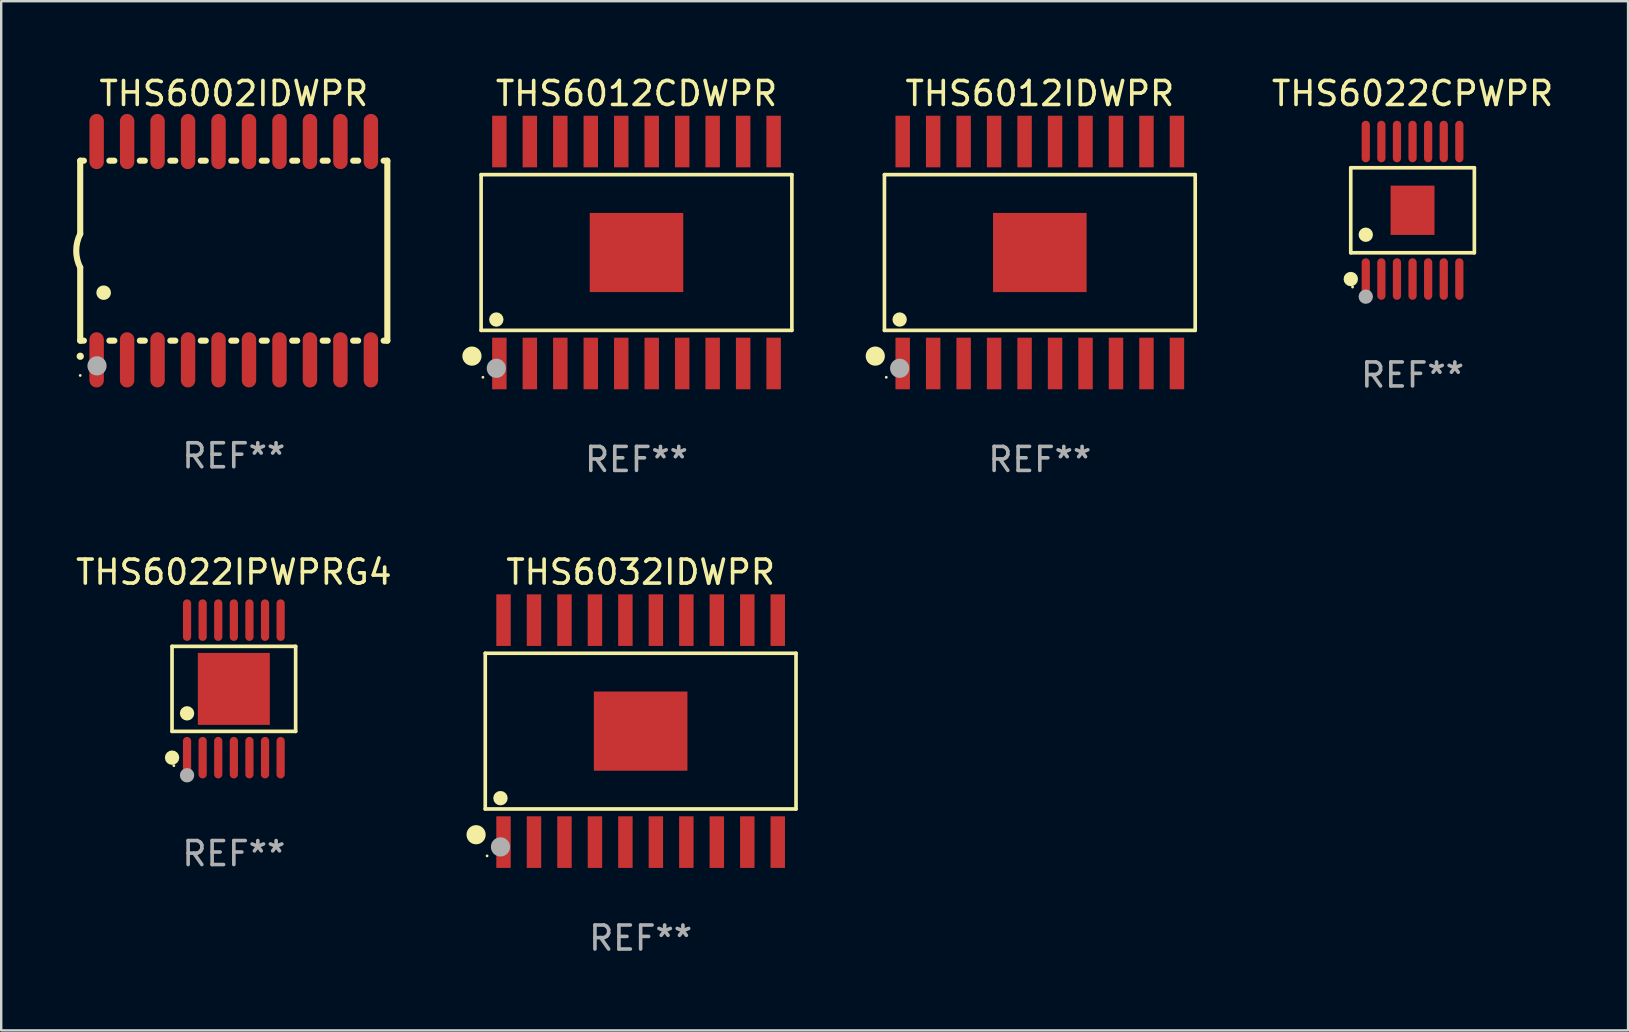
<source format=kicad_pcb>
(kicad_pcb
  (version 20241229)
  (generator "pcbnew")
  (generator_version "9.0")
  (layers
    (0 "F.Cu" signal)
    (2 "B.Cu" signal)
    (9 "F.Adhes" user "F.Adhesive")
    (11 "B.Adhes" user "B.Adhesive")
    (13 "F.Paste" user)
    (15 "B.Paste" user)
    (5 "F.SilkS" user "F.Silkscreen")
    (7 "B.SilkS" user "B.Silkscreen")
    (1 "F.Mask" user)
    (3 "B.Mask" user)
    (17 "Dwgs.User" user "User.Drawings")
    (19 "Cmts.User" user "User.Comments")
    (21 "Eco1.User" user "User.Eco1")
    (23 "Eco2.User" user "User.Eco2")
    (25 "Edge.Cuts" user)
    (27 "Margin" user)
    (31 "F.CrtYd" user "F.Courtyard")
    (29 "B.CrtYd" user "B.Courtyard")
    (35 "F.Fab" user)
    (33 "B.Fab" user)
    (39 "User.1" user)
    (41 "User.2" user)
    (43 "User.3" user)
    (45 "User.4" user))
  (footprint "THS6022CPWPR"
    (layer "F.Cu")
    (at 55.823 5.714)
    (property "Reference" "THS6022CPWPR" (at 0 -4.866 0) (layer "F.SilkS") (effects (font (size 1 1) (thickness 0.15))))
    (attr through_hole)
    (fp_line (start -2.576 -1.772) (end 2.576 -1.772) (stroke (width 0.152) (type solid)) (layer "F.SilkS"))
    (fp_line (start -2.576 1.771) (end -2.576 -1.772) (stroke (width 0.152) (type solid)) (layer "F.SilkS"))
    (fp_line (start 2.576 -1.772) (end 2.576 1.771) (stroke (width 0.152) (type solid)) (layer "F.SilkS"))
    (fp_line (start 2.576 1.771) (end -2.576 1.771) (stroke (width 0.152) (type solid)) (layer "F.SilkS"))
    (fp_circle (center -2.574 2.866) (end -2.424 2.866) (stroke (width 0.3) (type solid)) (fill no) (layer "F.SilkS"))
    (fp_circle (center -2.5 3.2) (end -2.47 3.2) (stroke (width 0.06) (type solid)) (fill no) (layer "F.SilkS"))
    (fp_circle (center -1.95 1.019) (end -1.8 1.019) (stroke (width 0.3) (type solid)) (fill no) (layer "F.SilkS"))
    (fp_circle (center -1.95 3.6) (end -1.8 3.6) (stroke (width 0.3) (type solid)) (fill no) (layer "F.Fab"))
    (fp_text user "REF**" (at 0 6.866 0) (layer "F.Fab") (effects (font (size 1 1) (thickness 0.15))))
    (pad "1" smd oval (at -1.95 2.866) (size 0.343 1.731) (layers "F.Cu" "F.Mask" "F.Paste"))
    (pad "2" smd oval (at -1.3 2.866) (size 0.343 1.731) (layers "F.Cu" "F.Mask" "F.Paste"))
    (pad "3" smd oval (at -0.65 2.866) (size 0.343 1.731) (layers "F.Cu" "F.Mask" "F.Paste"))
    (pad "4" smd oval (at 0 2.866) (size 0.343 1.731) (layers "F.Cu" "F.Mask" "F.Paste"))
    (pad "5" smd oval (at 0.65 2.866) (size 0.343 1.731) (layers "F.Cu" "F.Mask" "F.Paste"))
    (pad "6" smd oval (at 1.3 2.866) (size 0.343 1.731) (layers "F.Cu" "F.Mask" "F.Paste"))
    (pad "7" smd oval (at 1.95 2.866) (size 0.343 1.731) (layers "F.Cu" "F.Mask" "F.Paste"))
    (pad "8" smd oval (at 1.95 -2.866) (size 0.343 1.731) (layers "F.Cu" "F.Mask" "F.Paste"))
    (pad "9" smd oval (at 1.3 -2.866) (size 0.343 1.731) (layers "F.Cu" "F.Mask" "F.Paste"))
    (pad "10" smd oval (at 0.65 -2.866) (size 0.343 1.731) (layers "F.Cu" "F.Mask" "F.Paste"))
    (pad "11" smd oval (at 0 -2.866) (size 0.343 1.731) (layers "F.Cu" "F.Mask" "F.Paste"))
    (pad "12" smd oval (at -0.65 -2.866) (size 0.343 1.731) (layers "F.Cu" "F.Mask" "F.Paste"))
    (pad "13" smd oval (at -1.3 -2.866) (size 0.343 1.731) (layers "F.Cu" "F.Mask" "F.Paste"))
    (pad "14" smd oval (at -1.95 -2.866) (size 0.343 1.731) (layers "F.Cu" "F.Mask" "F.Paste"))
    (pad "15" smd rect (at 0 -0.000127) (size 1.83 2.055) (layers "F.Cu" "F.Mask" "F.Paste")))
  (footprint "THS6032IDWPR"
    (layer "F.Cu")
    (at 23.651 27.422)
    (property "Reference" "THS6032IDWPR" (at 0 -6.626 0) (layer "F.SilkS") (effects (font (size 1 1) (thickness 0.15))))
    (attr through_hole)
    (fp_line (start -6.476 -3.245) (end 6.476 -3.245) (stroke (width 0.152) (type solid)) (layer "F.SilkS"))
    (fp_line (start -6.476 3.245) (end -6.476 -3.245) (stroke (width 0.152) (type solid)) (layer "F.SilkS"))
    (fp_line (start 6.476 -3.245) (end 6.476 3.245) (stroke (width 0.152) (type solid)) (layer "F.SilkS"))
    (fp_line (start 6.476 3.245) (end -6.476 3.245) (stroke (width 0.152) (type solid)) (layer "F.SilkS"))
    (fp_circle (center -6.858 4.318) (end -6.658 4.318) (stroke (width 0.4) (type solid)) (fill no) (layer "F.SilkS"))
    (fp_circle (center -6.4 5.2) (end -6.37 5.2) (stroke (width 0.06) (type solid)) (fill no) (layer "F.SilkS"))
    (fp_circle (center -5.842 2.794) (end -5.692 2.794) (stroke (width 0.3) (type solid)) (fill no) (layer "F.SilkS"))
    (fp_circle (center -5.842 4.826) (end -5.642 4.826) (stroke (width 0.4) (type solid)) (fill no) (layer "F.Fab"))
    (fp_text user "REF**" (at 0 8.626 0) (layer "F.Fab") (effects (font (size 1 1) (thickness 0.15))))
    (pad "1" smd rect (at -5.715 4.626) (size 0.602 2.151) (layers "F.Cu" "F.Mask" "F.Paste"))
    (pad "2" smd rect (at -4.445 4.626) (size 0.602 2.151) (layers "F.Cu" "F.Mask" "F.Paste"))
    (pad "3" smd rect (at -3.175 4.626) (size 0.602 2.151) (layers "F.Cu" "F.Mask" "F.Paste"))
    (pad "4" smd rect (at -1.905 4.626) (size 0.602 2.151) (layers "F.Cu" "F.Mask" "F.Paste"))
    (pad "5" smd rect (at -0.635 4.626) (size 0.602 2.151) (layers "F.Cu" "F.Mask" "F.Paste"))
    (pad "6" smd rect (at 0.635 4.626) (size 0.602 2.151) (layers "F.Cu" "F.Mask" "F.Paste"))
    (pad "7" smd rect (at 1.905 4.626) (size 0.602 2.151) (layers "F.Cu" "F.Mask" "F.Paste"))
    (pad "8" smd rect (at 3.175 4.626) (size 0.602 2.151) (layers "F.Cu" "F.Mask" "F.Paste"))
    (pad "9" smd rect (at 4.445 4.626) (size 0.602 2.151) (layers "F.Cu" "F.Mask" "F.Paste"))
    (pad "10" smd rect (at 5.715 4.626) (size 0.602 2.151) (layers "F.Cu" "F.Mask" "F.Paste"))
    (pad "11" smd rect (at 5.715 -4.626) (size 0.602 2.151) (layers "F.Cu" "F.Mask" "F.Paste"))
    (pad "12" smd rect (at 4.445 -4.626) (size 0.602 2.151) (layers "F.Cu" "F.Mask" "F.Paste"))
    (pad "13" smd rect (at 3.175 -4.626) (size 0.602 2.151) (layers "F.Cu" "F.Mask" "F.Paste"))
    (pad "14" smd rect (at 1.905 -4.626) (size 0.602 2.151) (layers "F.Cu" "F.Mask" "F.Paste"))
    (pad "15" smd rect (at 0.635 -4.626) (size 0.602 2.151) (layers "F.Cu" "F.Mask" "F.Paste"))
    (pad "16" smd rect (at -0.635 -4.626) (size 0.602 2.151) (layers "F.Cu" "F.Mask" "F.Paste"))
    (pad "17" smd rect (at -1.905 -4.626) (size 0.602 2.151) (layers "F.Cu" "F.Mask" "F.Paste"))
    (pad "18" smd rect (at -3.175 -4.626) (size 0.602 2.151) (layers "F.Cu" "F.Mask" "F.Paste"))
    (pad "19" smd rect (at -4.445 -4.626) (size 0.602 2.151) (layers "F.Cu" "F.Mask" "F.Paste"))
    (pad "20" smd rect (at -5.715 -4.626) (size 0.602 2.151) (layers "F.Cu" "F.Mask" "F.Paste"))
    (pad "21" smd rect (at 0 0 90) (size 3.3 3.9) (layers "F.Cu" "F.Mask" "F.Paste")))
  (footprint "THS6022IPWPRG4"
    (layer "F.Cu")
    (at 6.696 25.662)
    (property "Reference" "THS6022IPWPRG4" (at 0 -4.866 0) (layer "F.SilkS") (effects (font (size 1 1) (thickness 0.15))))
    (attr through_hole)
    (fp_line (start -2.576 -1.772) (end 2.576 -1.772) (stroke (width 0.152) (type solid)) (layer "F.SilkS"))
    (fp_line (start -2.576 1.771) (end -2.576 -1.772) (stroke (width 0.152) (type solid)) (layer "F.SilkS"))
    (fp_line (start 2.576 -1.772) (end 2.576 1.771) (stroke (width 0.152) (type solid)) (layer "F.SilkS"))
    (fp_line (start 2.576 1.771) (end -2.576 1.771) (stroke (width 0.152) (type solid)) (layer "F.SilkS"))
    (fp_circle (center -2.574 2.866) (end -2.424 2.866) (stroke (width 0.3) (type solid)) (fill no) (layer "F.SilkS"))
    (fp_circle (center -2.5 3.2) (end -2.47 3.2) (stroke (width 0.06) (type solid)) (fill no) (layer "F.SilkS"))
    (fp_circle (center -1.95 1.019) (end -1.8 1.019) (stroke (width 0.3) (type solid)) (fill no) (layer "F.SilkS"))
    (fp_circle (center -1.95 3.6) (end -1.8 3.6) (stroke (width 0.3) (type solid)) (fill no) (layer "F.Fab"))
    (fp_text user "REF**" (at 0 6.866 0) (layer "F.Fab") (effects (font (size 1 1) (thickness 0.15))))
    (pad "1" smd oval (at -1.95 2.866) (size 0.343 1.731) (layers "F.Cu" "F.Mask" "F.Paste"))
    (pad "2" smd oval (at -1.3 2.866) (size 0.343 1.731) (layers "F.Cu" "F.Mask" "F.Paste"))
    (pad "3" smd oval (at -0.65 2.866) (size 0.343 1.731) (layers "F.Cu" "F.Mask" "F.Paste"))
    (pad "4" smd oval (at 0 2.866) (size 0.343 1.731) (layers "F.Cu" "F.Mask" "F.Paste"))
    (pad "5" smd oval (at 0.65 2.866) (size 0.343 1.731) (layers "F.Cu" "F.Mask" "F.Paste"))
    (pad "6" smd oval (at 1.3 2.866) (size 0.343 1.731) (layers "F.Cu" "F.Mask" "F.Paste"))
    (pad "7" smd oval (at 1.95 2.866) (size 0.343 1.731) (layers "F.Cu" "F.Mask" "F.Paste"))
    (pad "8" smd oval (at 1.95 -2.866) (size 0.343 1.731) (layers "F.Cu" "F.Mask" "F.Paste"))
    (pad "9" smd oval (at 1.3 -2.866) (size 0.343 1.731) (layers "F.Cu" "F.Mask" "F.Paste"))
    (pad "10" smd oval (at 0.65 -2.866) (size 0.343 1.731) (layers "F.Cu" "F.Mask" "F.Paste"))
    (pad "11" smd oval (at 0 -2.866) (size 0.343 1.731) (layers "F.Cu" "F.Mask" "F.Paste"))
    (pad "12" smd oval (at -0.65 -2.866) (size 0.343 1.731) (layers "F.Cu" "F.Mask" "F.Paste"))
    (pad "13" smd oval (at -1.3 -2.866) (size 0.343 1.731) (layers "F.Cu" "F.Mask" "F.Paste"))
    (pad "14" smd oval (at -1.95 -2.866) (size 0.343 1.731) (layers "F.Cu" "F.Mask" "F.Paste"))
    (pad "15" smd rect (at 0 -0.000127) (size 3 3) (layers "F.Cu" "F.Mask" "F.Paste")))
  (footprint "THS6012IDWPR"
    (layer "F.Cu")
    (at 40.288 7.474)
    (property "Reference" "THS6012IDWPR" (at 0 -6.626 0) (layer "F.SilkS") (effects (font (size 1 1) (thickness 0.15))))
    (attr through_hole)
    (fp_line (start -6.476 -3.245) (end 6.476 -3.245) (stroke (width 0.152) (type solid)) (layer "F.SilkS"))
    (fp_line (start -6.476 3.245) (end -6.476 -3.245) (stroke (width 0.152) (type solid)) (layer "F.SilkS"))
    (fp_line (start 6.476 -3.245) (end 6.476 3.245) (stroke (width 0.152) (type solid)) (layer "F.SilkS"))
    (fp_line (start 6.476 3.245) (end -6.476 3.245) (stroke (width 0.152) (type solid)) (layer "F.SilkS"))
    (fp_circle (center -6.858 4.318) (end -6.658 4.318) (stroke (width 0.4) (type solid)) (fill no) (layer "F.SilkS"))
    (fp_circle (center -6.4 5.2) (end -6.37 5.2) (stroke (width 0.06) (type solid)) (fill no) (layer "F.SilkS"))
    (fp_circle (center -5.842 2.794) (end -5.692 2.794) (stroke (width 0.3) (type solid)) (fill no) (layer "F.SilkS"))
    (fp_circle (center -5.842 4.826) (end -5.642 4.826) (stroke (width 0.4) (type solid)) (fill no) (layer "F.Fab"))
    (fp_text user "REF**" (at 0 8.626 0) (layer "F.Fab") (effects (font (size 1 1) (thickness 0.15))))
    (pad "1" smd rect (at -5.715 4.626) (size 0.602 2.151) (layers "F.Cu" "F.Mask" "F.Paste"))
    (pad "2" smd rect (at -4.445 4.626) (size 0.602 2.151) (layers "F.Cu" "F.Mask" "F.Paste"))
    (pad "3" smd rect (at -3.175 4.626) (size 0.602 2.151) (layers "F.Cu" "F.Mask" "F.Paste"))
    (pad "4" smd rect (at -1.905 4.626) (size 0.602 2.151) (layers "F.Cu" "F.Mask" "F.Paste"))
    (pad "5" smd rect (at -0.635 4.626) (size 0.602 2.151) (layers "F.Cu" "F.Mask" "F.Paste"))
    (pad "6" smd rect (at 0.635 4.626) (size 0.602 2.151) (layers "F.Cu" "F.Mask" "F.Paste"))
    (pad "7" smd rect (at 1.905 4.626) (size 0.602 2.151) (layers "F.Cu" "F.Mask" "F.Paste"))
    (pad "8" smd rect (at 3.175 4.626) (size 0.602 2.151) (layers "F.Cu" "F.Mask" "F.Paste"))
    (pad "9" smd rect (at 4.445 4.626) (size 0.602 2.151) (layers "F.Cu" "F.Mask" "F.Paste"))
    (pad "10" smd rect (at 5.715 4.626) (size 0.602 2.151) (layers "F.Cu" "F.Mask" "F.Paste"))
    (pad "11" smd rect (at 5.715 -4.626) (size 0.602 2.151) (layers "F.Cu" "F.Mask" "F.Paste"))
    (pad "12" smd rect (at 4.445 -4.626) (size 0.602 2.151) (layers "F.Cu" "F.Mask" "F.Paste"))
    (pad "13" smd rect (at 3.175 -4.626) (size 0.602 2.151) (layers "F.Cu" "F.Mask" "F.Paste"))
    (pad "14" smd rect (at 1.905 -4.626) (size 0.602 2.151) (layers "F.Cu" "F.Mask" "F.Paste"))
    (pad "15" smd rect (at 0.635 -4.626) (size 0.602 2.151) (layers "F.Cu" "F.Mask" "F.Paste"))
    (pad "16" smd rect (at -0.635 -4.626) (size 0.602 2.151) (layers "F.Cu" "F.Mask" "F.Paste"))
    (pad "17" smd rect (at -1.905 -4.626) (size 0.602 2.151) (layers "F.Cu" "F.Mask" "F.Paste"))
    (pad "18" smd rect (at -3.175 -4.626) (size 0.602 2.151) (layers "F.Cu" "F.Mask" "F.Paste"))
    (pad "19" smd rect (at -4.445 -4.626) (size 0.602 2.151) (layers "F.Cu" "F.Mask" "F.Paste"))
    (pad "20" smd rect (at -5.715 -4.626) (size 0.602 2.151) (layers "F.Cu" "F.Mask" "F.Paste"))
    (pad "21" smd rect (at 0 0 90) (size 3.3 3.9) (layers "F.Cu" "F.Mask" "F.Paste")))
  (footprint "THS6002IDWPR"
    (layer "F.Cu")
    (at 6.693 7.398)
    (property "Reference" "THS6002IDWPR" (at 0 -6.55 0) (layer "F.SilkS") (effects (font (size 1 1) (thickness 0.15))))
    (attr through_hole)
    (fp_line (start -6.4 -3.75) (end -6.4 -0.7) (stroke (width 0.254) (type solid)) (layer "F.SilkS"))
    (fp_line (start -6.4 -3.75) (end -6.246 -3.75) (stroke (width 0.254) (type solid)) (layer "F.SilkS"))
    (fp_line (start -6.4 3.75) (end -6.4 0.7) (stroke (width 0.254) (type solid)) (layer "F.SilkS"))
    (fp_line (start -6.246 3.75) (end -6.4 3.75) (stroke (width 0.254) (type solid)) (layer "F.SilkS"))
    (fp_line (start -5.184 -3.75) (end -4.976 -3.75) (stroke (width 0.254) (type solid)) (layer "F.SilkS"))
    (fp_line (start -4.976 3.75) (end -5.184 3.75) (stroke (width 0.254) (type solid)) (layer "F.SilkS"))
    (fp_line (start -3.914 -3.75) (end -3.706 -3.75) (stroke (width 0.254) (type solid)) (layer "F.SilkS"))
    (fp_line (start -3.706 3.75) (end -3.914 3.75) (stroke (width 0.254) (type solid)) (layer "F.SilkS"))
    (fp_line (start -2.644 -3.75) (end -2.436 -3.75) (stroke (width 0.254) (type solid)) (layer "F.SilkS"))
    (fp_line (start -2.436 3.75) (end -2.644 3.75) (stroke (width 0.254) (type solid)) (layer "F.SilkS"))
    (fp_line (start -1.374 -3.75) (end -1.166 -3.75) (stroke (width 0.254) (type solid)) (layer "F.SilkS"))
    (fp_line (start -1.166 3.75) (end -1.374 3.75) (stroke (width 0.254) (type solid)) (layer "F.SilkS"))
    (fp_line (start -0.104 -3.75) (end 0.104 -3.75) (stroke (width 0.254) (type solid)) (layer "F.SilkS"))
    (fp_line (start 0.104 3.75) (end -0.104 3.75) (stroke (width 0.254) (type solid)) (layer "F.SilkS"))
    (fp_line (start 1.166 -3.75) (end 1.374 -3.75) (stroke (width 0.254) (type solid)) (layer "F.SilkS"))
    (fp_line (start 1.374 3.75) (end 1.166 3.75) (stroke (width 0.254) (type solid)) (layer "F.SilkS"))
    (fp_line (start 2.436 -3.75) (end 2.644 -3.75) (stroke (width 0.254) (type solid)) (layer "F.SilkS"))
    (fp_line (start 2.644 3.75) (end 2.436 3.75) (stroke (width 0.254) (type solid)) (layer "F.SilkS"))
    (fp_line (start 3.706 -3.75) (end 3.914 -3.75) (stroke (width 0.254) (type solid)) (layer "F.SilkS"))
    (fp_line (start 3.914 3.75) (end 3.706 3.75) (stroke (width 0.254) (type solid)) (layer "F.SilkS"))
    (fp_line (start 4.976 -3.75) (end 5.184 -3.75) (stroke (width 0.254) (type solid)) (layer "F.SilkS"))
    (fp_line (start 5.184 3.75) (end 4.976 3.75) (stroke (width 0.254) (type solid)) (layer "F.SilkS"))
    (fp_line (start 6.246 -3.75) (end 6.4 -3.75) (stroke (width 0.254) (type solid)) (layer "F.SilkS"))
    (fp_line (start 6.4 -3.75) (end 6.4 3.75) (stroke (width 0.254) (type solid)) (layer "F.SilkS"))
    (fp_line (start 6.4 3.75) (end 6.246 3.75) (stroke (width 0.254) (type solid)) (layer "F.SilkS"))
    (fp_arc (start -6.400812 0.701041) (mid -6.565912 0.000428) (end -6.400025 -0.7) (stroke (width 0.254001) (type solid)) (layer "F.SilkS"))
    (fp_arc (start -6.400025 4.4) (mid -6.398755 4.399995) (end -6.397485 4.4) (stroke (width 0.3) (type solid)) (layer "F.SilkS"))
    (fp_arc (start -5.425451 1.750064) (mid -5.422911 1.750053) (end -5.420371 1.750064) (stroke (width 0.6) (type solid)) (layer "F.SilkS"))
    (fp_circle (center -6.4 5.2) (end -6.37 5.2) (stroke (width 0.06) (type solid)) (fill no) (layer "F.SilkS"))
    (fp_circle (center -5.7 4.8) (end -5.5 4.8) (stroke (width 0.4) (type solid)) (fill no) (layer "F.Fab"))
    (fp_text user "REF**" (at 0 8.55 0) (layer "F.Fab") (effects (font (size 1 1) (thickness 0.15))))
    (pad "1" smd oval (at -5.715 4.55 180) (size 0.6 2.3) (layers "F.Cu" "F.Mask" "F.Paste"))
    (pad "2" smd oval (at -4.445 4.55 180) (size 0.6 2.3) (layers "F.Cu" "F.Mask" "F.Paste"))
    (pad "3" smd oval (at -3.175 4.55 180) (size 0.6 2.3) (layers "F.Cu" "F.Mask" "F.Paste"))
    (pad "4" smd oval (at -1.905 4.55 180) (size 0.6 2.3) (layers "F.Cu" "F.Mask" "F.Paste"))
    (pad "5" smd oval (at -0.635 4.55 180) (size 0.6 2.3) (layers "F.Cu" "F.Mask" "F.Paste"))
    (pad "6" smd oval (at 0.635 4.55 180) (size 0.6 2.3) (layers "F.Cu" "F.Mask" "F.Paste"))
    (pad "7" smd oval (at 1.905 4.55 180) (size 0.6 2.3) (layers "F.Cu" "F.Mask" "F.Paste"))
    (pad "8" smd oval (at 3.175 4.55 180) (size 0.6 2.3) (layers "F.Cu" "F.Mask" "F.Paste"))
    (pad "9" smd oval (at 4.445 4.55 180) (size 0.6 2.3) (layers "F.Cu" "F.Mask" "F.Paste"))
    (pad "10" smd oval (at 5.715 4.55 180) (size 0.6 2.3) (layers "F.Cu" "F.Mask" "F.Paste"))
    (pad "11" smd oval (at 5.715 -4.55 180) (size 0.6 2.3) (layers "F.Cu" "F.Mask" "F.Paste"))
    (pad "12" smd oval (at 4.445 -4.55 180) (size 0.6 2.3) (layers "F.Cu" "F.Mask" "F.Paste"))
    (pad "13" smd oval (at 3.175 -4.55 180) (size 0.6 2.3) (layers "F.Cu" "F.Mask" "F.Paste"))
    (pad "14" smd oval (at 1.905 -4.55 180) (size 0.6 2.3) (layers "F.Cu" "F.Mask" "F.Paste"))
    (pad "15" smd oval (at 0.635 -4.55 180) (size 0.6 2.3) (layers "F.Cu" "F.Mask" "F.Paste"))
    (pad "16" smd oval (at -0.635 -4.55 180) (size 0.6 2.3) (layers "F.Cu" "F.Mask" "F.Paste"))
    (pad "17" smd oval (at -1.905 -4.55 180) (size 0.6 2.3) (layers "F.Cu" "F.Mask" "F.Paste"))
    (pad "18" smd oval (at -3.175 -4.55 180) (size 0.6 2.3) (layers "F.Cu" "F.Mask" "F.Paste"))
    (pad "19" smd oval (at -4.445 -4.55 180) (size 0.6 2.3) (layers "F.Cu" "F.Mask" "F.Paste"))
    (pad "20" smd oval (at -5.715 -4.55 180) (size 0.6 2.3) (layers "F.Cu" "F.Mask" "F.Paste")))
  (footprint "THS6012CDWPR"
    (layer "F.Cu")
    (at 23.478 7.474)
    (property "Reference" "THS6012CDWPR" (at 0 -6.626 0) (layer "F.SilkS") (effects (font (size 1 1) (thickness 0.15))))
    (attr through_hole)
    (fp_line (start -6.476 -3.245) (end 6.476 -3.245) (stroke (width 0.152) (type solid)) (layer "F.SilkS"))
    (fp_line (start -6.476 3.245) (end -6.476 -3.245) (stroke (width 0.152) (type solid)) (layer "F.SilkS"))
    (fp_line (start 6.476 -3.245) (end 6.476 3.245) (stroke (width 0.152) (type solid)) (layer "F.SilkS"))
    (fp_line (start 6.476 3.245) (end -6.476 3.245) (stroke (width 0.152) (type solid)) (layer "F.SilkS"))
    (fp_circle (center -6.858 4.318) (end -6.658 4.318) (stroke (width 0.4) (type solid)) (fill no) (layer "F.SilkS"))
    (fp_circle (center -6.4 5.2) (end -6.37 5.2) (stroke (width 0.06) (type solid)) (fill no) (layer "F.SilkS"))
    (fp_circle (center -5.842 2.794) (end -5.692 2.794) (stroke (width 0.3) (type solid)) (fill no) (layer "F.SilkS"))
    (fp_circle (center -5.842 4.826) (end -5.642 4.826) (stroke (width 0.4) (type solid)) (fill no) (layer "F.Fab"))
    (fp_text user "REF**" (at 0 8.626 0) (layer "F.Fab") (effects (font (size 1 1) (thickness 0.15))))
    (pad "1" smd rect (at -5.715 4.626) (size 0.602 2.151) (layers "F.Cu" "F.Mask" "F.Paste"))
    (pad "2" smd rect (at -4.445 4.626) (size 0.602 2.151) (layers "F.Cu" "F.Mask" "F.Paste"))
    (pad "3" smd rect (at -3.175 4.626) (size 0.602 2.151) (layers "F.Cu" "F.Mask" "F.Paste"))
    (pad "4" smd rect (at -1.905 4.626) (size 0.602 2.151) (layers "F.Cu" "F.Mask" "F.Paste"))
    (pad "5" smd rect (at -0.635 4.626) (size 0.602 2.151) (layers "F.Cu" "F.Mask" "F.Paste"))
    (pad "6" smd rect (at 0.635 4.626) (size 0.602 2.151) (layers "F.Cu" "F.Mask" "F.Paste"))
    (pad "7" smd rect (at 1.905 4.626) (size 0.602 2.151) (layers "F.Cu" "F.Mask" "F.Paste"))
    (pad "8" smd rect (at 3.175 4.626) (size 0.602 2.151) (layers "F.Cu" "F.Mask" "F.Paste"))
    (pad "9" smd rect (at 4.445 4.626) (size 0.602 2.151) (layers "F.Cu" "F.Mask" "F.Paste"))
    (pad "10" smd rect (at 5.715 4.626) (size 0.602 2.151) (layers "F.Cu" "F.Mask" "F.Paste"))
    (pad "11" smd rect (at 5.715 -4.626) (size 0.602 2.151) (layers "F.Cu" "F.Mask" "F.Paste"))
    (pad "12" smd rect (at 4.445 -4.626) (size 0.602 2.151) (layers "F.Cu" "F.Mask" "F.Paste"))
    (pad "13" smd rect (at 3.175 -4.626) (size 0.602 2.151) (layers "F.Cu" "F.Mask" "F.Paste"))
    (pad "14" smd rect (at 1.905 -4.626) (size 0.602 2.151) (layers "F.Cu" "F.Mask" "F.Paste"))
    (pad "15" smd rect (at 0.635 -4.626) (size 0.602 2.151) (layers "F.Cu" "F.Mask" "F.Paste"))
    (pad "16" smd rect (at -0.635 -4.626) (size 0.602 2.151) (layers "F.Cu" "F.Mask" "F.Paste"))
    (pad "17" smd rect (at -1.905 -4.626) (size 0.602 2.151) (layers "F.Cu" "F.Mask" "F.Paste"))
    (pad "18" smd rect (at -3.175 -4.626) (size 0.602 2.151) (layers "F.Cu" "F.Mask" "F.Paste"))
    (pad "19" smd rect (at -4.445 -4.626) (size 0.602 2.151) (layers "F.Cu" "F.Mask" "F.Paste"))
    (pad "20" smd rect (at -5.715 -4.626) (size 0.602 2.151) (layers "F.Cu" "F.Mask" "F.Paste"))
    (pad "21" smd rect (at 0 0 90) (size 3.3 3.9) (layers "F.Cu" "F.Mask" "F.Paste")))
  (gr_rect
    (start -3 -3)
    (end 64.805 39.895)
    (stroke (width 0.1) (type default))
    (fill no)
    (layer "Edge.Cuts")))
</source>
